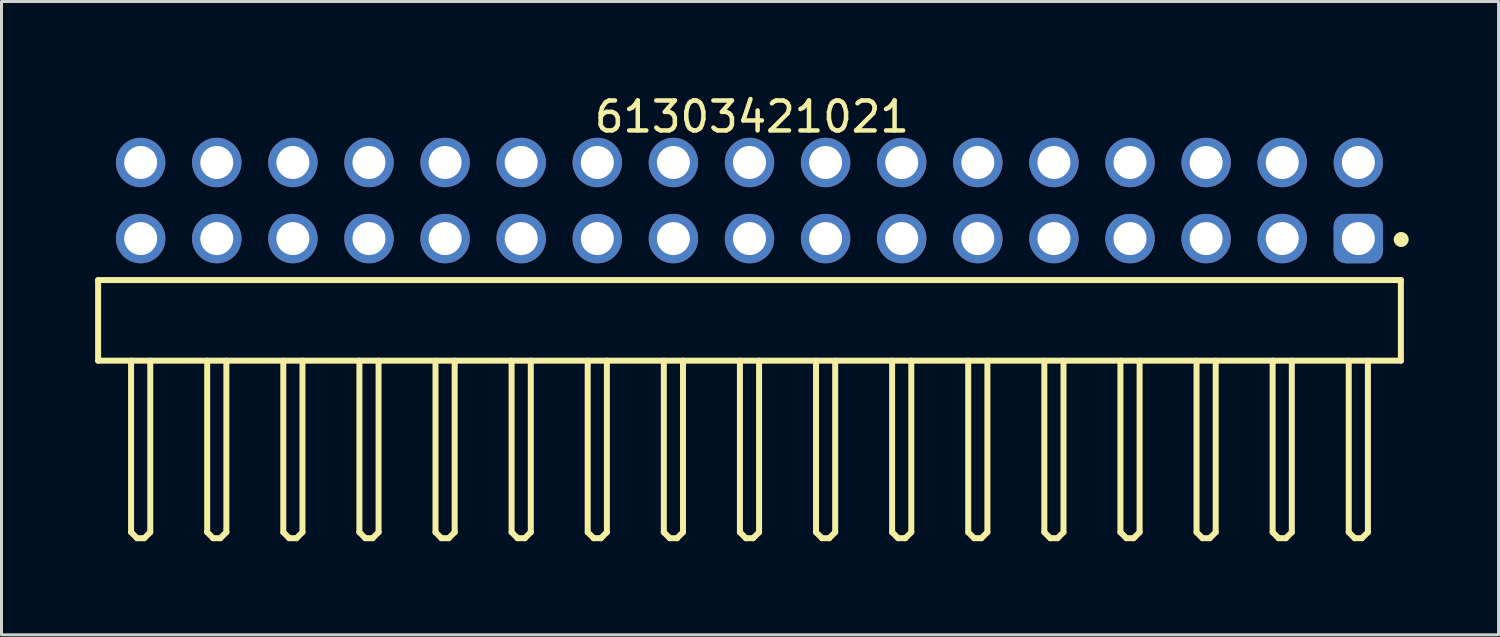
<source format=kicad_pcb>
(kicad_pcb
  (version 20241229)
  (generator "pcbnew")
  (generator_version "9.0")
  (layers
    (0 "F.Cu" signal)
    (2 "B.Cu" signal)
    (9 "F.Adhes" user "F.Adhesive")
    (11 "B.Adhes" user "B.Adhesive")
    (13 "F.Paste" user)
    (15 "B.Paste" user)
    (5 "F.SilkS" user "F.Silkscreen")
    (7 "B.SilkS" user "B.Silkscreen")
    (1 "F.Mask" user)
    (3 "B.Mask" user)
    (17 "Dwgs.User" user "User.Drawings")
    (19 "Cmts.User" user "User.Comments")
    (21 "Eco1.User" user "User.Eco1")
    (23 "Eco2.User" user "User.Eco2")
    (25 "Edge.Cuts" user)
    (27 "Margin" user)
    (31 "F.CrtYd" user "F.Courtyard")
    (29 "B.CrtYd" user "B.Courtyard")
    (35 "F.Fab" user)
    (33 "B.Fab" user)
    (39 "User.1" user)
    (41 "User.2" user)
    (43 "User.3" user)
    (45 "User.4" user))
  (footprint "61303421021"
    (layer "F.Cu")
    (at 21.965 7.643)
    (property "Reference" "61303421021" (at 0.08 -6.795 0) (layer "F.SilkS") (effects (font (size 1 1) (thickness 0.15))))
    (fp_line (start -21.74 -1.345) (end 21.74 -1.345) (stroke (width 0.2) (type solid)) (layer "F.SilkS"))
    (fp_line (start -21.74 1.345) (end -21.74 -1.345) (stroke (width 0.2) (type solid)) (layer "F.SilkS"))
    (fp_line (start -21.74 1.345) (end 21.74 1.345) (stroke (width 0.2) (type solid)) (layer "F.SilkS"))
    (fp_line (start -20.64 7.07) (end -20.64 1.345) (stroke (width 0.2) (type solid)) (layer "F.SilkS"))
    (fp_line (start -20.64 7.07) (end -20.44 7.27) (stroke (width 0.2) (type solid)) (layer "F.SilkS"))
    (fp_line (start -20.44 7.27) (end -20.2 7.27) (stroke (width 0.2) (type solid)) (layer "F.SilkS"))
    (fp_line (start -20.2 7.27) (end -20 7.07) (stroke (width 0.2) (type solid)) (layer "F.SilkS"))
    (fp_line (start -20 7.07) (end -20 1.345) (stroke (width 0.2) (type solid)) (layer "F.SilkS"))
    (fp_line (start -18.1 7.07) (end -18.1 1.345) (stroke (width 0.2) (type solid)) (layer "F.SilkS"))
    (fp_line (start -18.1 7.07) (end -17.9 7.27) (stroke (width 0.2) (type solid)) (layer "F.SilkS"))
    (fp_line (start -17.9 7.27) (end -17.66 7.27) (stroke (width 0.2) (type solid)) (layer "F.SilkS"))
    (fp_line (start -17.66 7.27) (end -17.46 7.07) (stroke (width 0.2) (type solid)) (layer "F.SilkS"))
    (fp_line (start -17.46 7.07) (end -17.46 1.345) (stroke (width 0.2) (type solid)) (layer "F.SilkS"))
    (fp_line (start -15.56 7.07) (end -15.56 1.345) (stroke (width 0.2) (type solid)) (layer "F.SilkS"))
    (fp_line (start -15.56 7.07) (end -15.36 7.27) (stroke (width 0.2) (type solid)) (layer "F.SilkS"))
    (fp_line (start -15.36 7.27) (end -15.12 7.27) (stroke (width 0.2) (type solid)) (layer "F.SilkS"))
    (fp_line (start -15.12 7.27) (end -14.92 7.07) (stroke (width 0.2) (type solid)) (layer "F.SilkS"))
    (fp_line (start -14.92 7.07) (end -14.92 1.345) (stroke (width 0.2) (type solid)) (layer "F.SilkS"))
    (fp_line (start -13.02 7.07) (end -13.02 1.345) (stroke (width 0.2) (type solid)) (layer "F.SilkS"))
    (fp_line (start -13.02 7.07) (end -12.82 7.27) (stroke (width 0.2) (type solid)) (layer "F.SilkS"))
    (fp_line (start -12.82 7.27) (end -12.58 7.27) (stroke (width 0.2) (type solid)) (layer "F.SilkS"))
    (fp_line (start -12.58 7.27) (end -12.38 7.07) (stroke (width 0.2) (type solid)) (layer "F.SilkS"))
    (fp_line (start -12.38 7.07) (end -12.38 1.345) (stroke (width 0.2) (type solid)) (layer "F.SilkS"))
    (fp_line (start -10.48 7.07) (end -10.48 1.345) (stroke (width 0.2) (type solid)) (layer "F.SilkS"))
    (fp_line (start -10.48 7.07) (end -10.28 7.27) (stroke (width 0.2) (type solid)) (layer "F.SilkS"))
    (fp_line (start -10.28 7.27) (end -10.04 7.27) (stroke (width 0.2) (type solid)) (layer "F.SilkS"))
    (fp_line (start -10.04 7.27) (end -9.84 7.07) (stroke (width 0.2) (type solid)) (layer "F.SilkS"))
    (fp_line (start -9.84 7.07) (end -9.84 1.345) (stroke (width 0.2) (type solid)) (layer "F.SilkS"))
    (fp_line (start -7.94 7.07) (end -7.94 1.345) (stroke (width 0.2) (type solid)) (layer "F.SilkS"))
    (fp_line (start -7.94 7.07) (end -7.74 7.27) (stroke (width 0.2) (type solid)) (layer "F.SilkS"))
    (fp_line (start -7.74 7.27) (end -7.5 7.27) (stroke (width 0.2) (type solid)) (layer "F.SilkS"))
    (fp_line (start -7.5 7.27) (end -7.3 7.07) (stroke (width 0.2) (type solid)) (layer "F.SilkS"))
    (fp_line (start -7.3 7.07) (end -7.3 1.345) (stroke (width 0.2) (type solid)) (layer "F.SilkS"))
    (fp_line (start -5.4 7.07) (end -5.4 1.345) (stroke (width 0.2) (type solid)) (layer "F.SilkS"))
    (fp_line (start -5.4 7.07) (end -5.2 7.27) (stroke (width 0.2) (type solid)) (layer "F.SilkS"))
    (fp_line (start -5.2 7.27) (end -4.96 7.27) (stroke (width 0.2) (type solid)) (layer "F.SilkS"))
    (fp_line (start -4.96 7.27) (end -4.76 7.07) (stroke (width 0.2) (type solid)) (layer "F.SilkS"))
    (fp_line (start -4.76 7.07) (end -4.76 1.345) (stroke (width 0.2) (type solid)) (layer "F.SilkS"))
    (fp_line (start -2.86 7.07) (end -2.86 1.345) (stroke (width 0.2) (type solid)) (layer "F.SilkS"))
    (fp_line (start -2.86 7.07) (end -2.66 7.27) (stroke (width 0.2) (type solid)) (layer "F.SilkS"))
    (fp_line (start -2.66 7.27) (end -2.42 7.27) (stroke (width 0.2) (type solid)) (layer "F.SilkS"))
    (fp_line (start -2.42 7.27) (end -2.22 7.07) (stroke (width 0.2) (type solid)) (layer "F.SilkS"))
    (fp_line (start -2.22 7.07) (end -2.22 1.345) (stroke (width 0.2) (type solid)) (layer "F.SilkS"))
    (fp_line (start -0.32 7.07) (end -0.32 1.345) (stroke (width 0.2) (type solid)) (layer "F.SilkS"))
    (fp_line (start -0.32 7.07) (end -0.12 7.27) (stroke (width 0.2) (type solid)) (layer "F.SilkS"))
    (fp_line (start -0.12 7.27) (end 0.12 7.27) (stroke (width 0.2) (type solid)) (layer "F.SilkS"))
    (fp_line (start 0.12 7.27) (end 0.32 7.07) (stroke (width 0.2) (type solid)) (layer "F.SilkS"))
    (fp_line (start 0.32 7.07) (end 0.32 1.345) (stroke (width 0.2) (type solid)) (layer "F.SilkS"))
    (fp_line (start 2.22 7.07) (end 2.22 1.345) (stroke (width 0.2) (type solid)) (layer "F.SilkS"))
    (fp_line (start 2.22 7.07) (end 2.42 7.27) (stroke (width 0.2) (type solid)) (layer "F.SilkS"))
    (fp_line (start 2.42 7.27) (end 2.66 7.27) (stroke (width 0.2) (type solid)) (layer "F.SilkS"))
    (fp_line (start 2.66 7.27) (end 2.86 7.07) (stroke (width 0.2) (type solid)) (layer "F.SilkS"))
    (fp_line (start 2.86 7.07) (end 2.86 1.345) (stroke (width 0.2) (type solid)) (layer "F.SilkS"))
    (fp_line (start 4.76 7.07) (end 4.76 1.345) (stroke (width 0.2) (type solid)) (layer "F.SilkS"))
    (fp_line (start 4.76 7.07) (end 4.96 7.27) (stroke (width 0.2) (type solid)) (layer "F.SilkS"))
    (fp_line (start 4.96 7.27) (end 5.2 7.27) (stroke (width 0.2) (type solid)) (layer "F.SilkS"))
    (fp_line (start 5.2 7.27) (end 5.4 7.07) (stroke (width 0.2) (type solid)) (layer "F.SilkS"))
    (fp_line (start 5.4 7.07) (end 5.4 1.345) (stroke (width 0.2) (type solid)) (layer "F.SilkS"))
    (fp_line (start 7.3 7.07) (end 7.3 1.345) (stroke (width 0.2) (type solid)) (layer "F.SilkS"))
    (fp_line (start 7.3 7.07) (end 7.5 7.27) (stroke (width 0.2) (type solid)) (layer "F.SilkS"))
    (fp_line (start 7.5 7.27) (end 7.74 7.27) (stroke (width 0.2) (type solid)) (layer "F.SilkS"))
    (fp_line (start 7.74 7.27) (end 7.94 7.07) (stroke (width 0.2) (type solid)) (layer "F.SilkS"))
    (fp_line (start 7.94 7.07) (end 7.94 1.345) (stroke (width 0.2) (type solid)) (layer "F.SilkS"))
    (fp_line (start 9.84 7.07) (end 9.84 1.345) (stroke (width 0.2) (type solid)) (layer "F.SilkS"))
    (fp_line (start 9.84 7.07) (end 10.04 7.27) (stroke (width 0.2) (type solid)) (layer "F.SilkS"))
    (fp_line (start 10.04 7.27) (end 10.28 7.27) (stroke (width 0.2) (type solid)) (layer "F.SilkS"))
    (fp_line (start 10.28 7.27) (end 10.48 7.07) (stroke (width 0.2) (type solid)) (layer "F.SilkS"))
    (fp_line (start 10.48 7.07) (end 10.48 1.345) (stroke (width 0.2) (type solid)) (layer "F.SilkS"))
    (fp_line (start 12.38 7.07) (end 12.38 1.345) (stroke (width 0.2) (type solid)) (layer "F.SilkS"))
    (fp_line (start 12.38 7.07) (end 12.58 7.27) (stroke (width 0.2) (type solid)) (layer "F.SilkS"))
    (fp_line (start 12.58 7.27) (end 12.82 7.27) (stroke (width 0.2) (type solid)) (layer "F.SilkS"))
    (fp_line (start 12.82 7.27) (end 13.02 7.07) (stroke (width 0.2) (type solid)) (layer "F.SilkS"))
    (fp_line (start 13.02 7.07) (end 13.02 1.345) (stroke (width 0.2) (type solid)) (layer "F.SilkS"))
    (fp_line (start 14.92 7.07) (end 14.92 1.345) (stroke (width 0.2) (type solid)) (layer "F.SilkS"))
    (fp_line (start 14.92 7.07) (end 15.12 7.27) (stroke (width 0.2) (type solid)) (layer "F.SilkS"))
    (fp_line (start 15.12 7.27) (end 15.36 7.27) (stroke (width 0.2) (type solid)) (layer "F.SilkS"))
    (fp_line (start 15.36 7.27) (end 15.56 7.07) (stroke (width 0.2) (type solid)) (layer "F.SilkS"))
    (fp_line (start 15.56 7.07) (end 15.56 1.345) (stroke (width 0.2) (type solid)) (layer "F.SilkS"))
    (fp_line (start 17.46 7.07) (end 17.46 1.345) (stroke (width 0.2) (type solid)) (layer "F.SilkS"))
    (fp_line (start 17.46 7.07) (end 17.66 7.27) (stroke (width 0.2) (type solid)) (layer "F.SilkS"))
    (fp_line (start 17.66 7.27) (end 17.9 7.27) (stroke (width 0.2) (type solid)) (layer "F.SilkS"))
    (fp_line (start 17.9 7.27) (end 18.1 7.07) (stroke (width 0.2) (type solid)) (layer "F.SilkS"))
    (fp_line (start 18.1 7.07) (end 18.1 1.345) (stroke (width 0.2) (type solid)) (layer "F.SilkS"))
    (fp_line (start 20 7.07) (end 20 1.345) (stroke (width 0.2) (type solid)) (layer "F.SilkS"))
    (fp_line (start 20 7.07) (end 20.2 7.27) (stroke (width 0.2) (type solid)) (layer "F.SilkS"))
    (fp_line (start 20.2 7.27) (end 20.44 7.27) (stroke (width 0.2) (type solid)) (layer "F.SilkS"))
    (fp_line (start 20.44 7.27) (end 20.64 7.07) (stroke (width 0.2) (type solid)) (layer "F.SilkS"))
    (fp_line (start 20.64 7.07) (end 20.64 1.345) (stroke (width 0.2) (type solid)) (layer "F.SilkS"))
    (fp_line (start 21.74 1.345) (end 21.74 -1.345) (stroke (width 0.2) (type solid)) (layer "F.SilkS"))
    (fp_circle (center 21.75 -2.7) (end 21.75 -2.825) (stroke (width 0.25) (type solid)) (fill no) (layer "F.SilkS"))
    (fp_line (start -21.94 -6.295) (end 21.94 -6.295) (stroke (width 0.05) (type solid)) (layer "Eco2.User"))
    (fp_line (start -21.94 7.47) (end -21.94 -6.295) (stroke (width 0.05) (type solid)) (layer "Eco2.User"))
    (fp_line (start -21.94 7.47) (end 21.94 7.47) (stroke (width 0.05) (type solid)) (layer "Eco2.User"))
    (fp_line (start -21.59 -1.27) (end 21.59 -1.27) (stroke (width 0.1) (type solid)) (layer "Eco2.User"))
    (fp_line (start -21.59 1.27) (end -21.59 -1.27) (stroke (width 0.1) (type solid)) (layer "Eco2.User"))
    (fp_line (start -21.59 1.27) (end 21.59 1.27) (stroke (width 0.1) (type solid)) (layer "Eco2.User"))
    (fp_line (start -20.64 -5.63) (end -20 -5.63) (stroke (width 0.1) (type solid)) (layer "Eco2.User"))
    (fp_line (start -20.64 -3.09) (end -20 -3.09) (stroke (width 0.1) (type solid)) (layer "Eco2.User"))
    (fp_line (start -20.64 -1.27) (end -20.64 -5.63) (stroke (width 0.1) (type solid)) (layer "Eco2.User"))
    (fp_line (start -20.64 7.07) (end -20.64 1.27) (stroke (width 0.1) (type solid)) (layer "Eco2.User"))
    (fp_line (start -20.64 7.07) (end -20.44 7.27) (stroke (width 0.1) (type solid)) (layer "Eco2.User"))
    (fp_line (start -20.44 7.27) (end -20.2 7.27) (stroke (width 0.1) (type solid)) (layer "Eco2.User"))
    (fp_line (start -20.2 7.27) (end -20 7.07) (stroke (width 0.1) (type solid)) (layer "Eco2.User"))
    (fp_line (start -20 -1.27) (end -20 -5.63) (stroke (width 0.1) (type solid)) (layer "Eco2.User"))
    (fp_line (start -20 7.07) (end -20 1.27) (stroke (width 0.1) (type solid)) (layer "Eco2.User"))
    (fp_line (start -18.1 -5.63) (end -17.46 -5.63) (stroke (width 0.1) (type solid)) (layer "Eco2.User"))
    (fp_line (start -18.1 -3.09) (end -17.46 -3.09) (stroke (width 0.1) (type solid)) (layer "Eco2.User"))
    (fp_line (start -18.1 -1.27) (end -18.1 -5.63) (stroke (width 0.1) (type solid)) (layer "Eco2.User"))
    (fp_line (start -18.1 7.07) (end -18.1 1.27) (stroke (width 0.1) (type solid)) (layer "Eco2.User"))
    (fp_line (start -18.1 7.07) (end -17.9 7.27) (stroke (width 0.1) (type solid)) (layer "Eco2.User"))
    (fp_line (start -17.9 7.27) (end -17.66 7.27) (stroke (width 0.1) (type solid)) (layer "Eco2.User"))
    (fp_line (start -17.66 7.27) (end -17.46 7.07) (stroke (width 0.1) (type solid)) (layer "Eco2.User"))
    (fp_line (start -17.46 -1.27) (end -17.46 -5.63) (stroke (width 0.1) (type solid)) (layer "Eco2.User"))
    (fp_line (start -17.46 7.07) (end -17.46 1.27) (stroke (width 0.1) (type solid)) (layer "Eco2.User"))
    (fp_line (start -15.56 -5.63) (end -14.92 -5.63) (stroke (width 0.1) (type solid)) (layer "Eco2.User"))
    (fp_line (start -15.56 -3.09) (end -14.92 -3.09) (stroke (width 0.1) (type solid)) (layer "Eco2.User"))
    (fp_line (start -15.56 -1.27) (end -15.56 -5.63) (stroke (width 0.1) (type solid)) (layer "Eco2.User"))
    (fp_line (start -15.56 7.07) (end -15.56 1.27) (stroke (width 0.1) (type solid)) (layer "Eco2.User"))
    (fp_line (start -15.56 7.07) (end -15.36 7.27) (stroke (width 0.1) (type solid)) (layer "Eco2.User"))
    (fp_line (start -15.36 7.27) (end -15.12 7.27) (stroke (width 0.1) (type solid)) (layer "Eco2.User"))
    (fp_line (start -15.12 7.27) (end -14.92 7.07) (stroke (width 0.1) (type solid)) (layer "Eco2.User"))
    (fp_line (start -14.92 -1.27) (end -14.92 -5.63) (stroke (width 0.1) (type solid)) (layer "Eco2.User"))
    (fp_line (start -14.92 7.07) (end -14.92 1.27) (stroke (width 0.1) (type solid)) (layer "Eco2.User"))
    (fp_line (start -13.02 -5.63) (end -12.38 -5.63) (stroke (width 0.1) (type solid)) (layer "Eco2.User"))
    (fp_line (start -13.02 -3.09) (end -12.38 -3.09) (stroke (width 0.1) (type solid)) (layer "Eco2.User"))
    (fp_line (start -13.02 -1.27) (end -13.02 -5.63) (stroke (width 0.1) (type solid)) (layer "Eco2.User"))
    (fp_line (start -13.02 7.07) (end -13.02 1.27) (stroke (width 0.1) (type solid)) (layer "Eco2.User"))
    (fp_line (start -13.02 7.07) (end -12.82 7.27) (stroke (width 0.1) (type solid)) (layer "Eco2.User"))
    (fp_line (start -12.82 7.27) (end -12.58 7.27) (stroke (width 0.1) (type solid)) (layer "Eco2.User"))
    (fp_line (start -12.58 7.27) (end -12.38 7.07) (stroke (width 0.1) (type solid)) (layer "Eco2.User"))
    (fp_line (start -12.38 -1.27) (end -12.38 -5.63) (stroke (width 0.1) (type solid)) (layer "Eco2.User"))
    (fp_line (start -12.38 7.07) (end -12.38 1.27) (stroke (width 0.1) (type solid)) (layer "Eco2.User"))
    (fp_line (start -10.48 -5.63) (end -9.84 -5.63) (stroke (width 0.1) (type solid)) (layer "Eco2.User"))
    (fp_line (start -10.48 -3.09) (end -9.84 -3.09) (stroke (width 0.1) (type solid)) (layer "Eco2.User"))
    (fp_line (start -10.48 -1.27) (end -10.48 -5.63) (stroke (width 0.1) (type solid)) (layer "Eco2.User"))
    (fp_line (start -10.48 7.07) (end -10.48 1.27) (stroke (width 0.1) (type solid)) (layer "Eco2.User"))
    (fp_line (start -10.48 7.07) (end -10.28 7.27) (stroke (width 0.1) (type solid)) (layer "Eco2.User"))
    (fp_line (start -10.28 7.27) (end -10.04 7.27) (stroke (width 0.1) (type solid)) (layer "Eco2.User"))
    (fp_line (start -10.04 7.27) (end -9.84 7.07) (stroke (width 0.1) (type solid)) (layer "Eco2.User"))
    (fp_line (start -9.84 -1.27) (end -9.84 -5.63) (stroke (width 0.1) (type solid)) (layer "Eco2.User"))
    (fp_line (start -9.84 7.07) (end -9.84 1.27) (stroke (width 0.1) (type solid)) (layer "Eco2.User"))
    (fp_line (start -7.94 -5.63) (end -7.3 -5.63) (stroke (width 0.1) (type solid)) (layer "Eco2.User"))
    (fp_line (start -7.94 -3.09) (end -7.3 -3.09) (stroke (width 0.1) (type solid)) (layer "Eco2.User"))
    (fp_line (start -7.94 -1.27) (end -7.94 -5.63) (stroke (width 0.1) (type solid)) (layer "Eco2.User"))
    (fp_line (start -7.94 7.07) (end -7.94 1.27) (stroke (width 0.1) (type solid)) (layer "Eco2.User"))
    (fp_line (start -7.94 7.07) (end -7.74 7.27) (stroke (width 0.1) (type solid)) (layer "Eco2.User"))
    (fp_line (start -7.74 7.27) (end -7.5 7.27) (stroke (width 0.1) (type solid)) (layer "Eco2.User"))
    (fp_line (start -7.5 7.27) (end -7.3 7.07) (stroke (width 0.1) (type solid)) (layer "Eco2.User"))
    (fp_line (start -7.3 -1.27) (end -7.3 -5.63) (stroke (width 0.1) (type solid)) (layer "Eco2.User"))
    (fp_line (start -7.3 7.07) (end -7.3 1.27) (stroke (width 0.1) (type solid)) (layer "Eco2.User"))
    (fp_line (start -5.4 -5.63) (end -4.76 -5.63) (stroke (width 0.1) (type solid)) (layer "Eco2.User"))
    (fp_line (start -5.4 -3.09) (end -4.76 -3.09) (stroke (width 0.1) (type solid)) (layer "Eco2.User"))
    (fp_line (start -5.4 -3.09) (end -4.76 -3.09) (stroke (width 0.1) (type solid)) (layer "Eco2.User"))
    (fp_line (start -5.4 -1.27) (end -5.4 -5.63) (stroke (width 0.1) (type solid)) (layer "Eco2.User"))
    (fp_line (start -5.4 7.07) (end -5.4 1.27) (stroke (width 0.1) (type solid)) (layer "Eco2.User"))
    (fp_line (start -5.4 7.07) (end -5.2 7.27) (stroke (width 0.1) (type solid)) (layer "Eco2.User"))
    (fp_line (start -5.2 7.27) (end -4.96 7.27) (stroke (width 0.1) (type solid)) (layer "Eco2.User"))
    (fp_line (start -4.96 7.27) (end -4.76 7.07) (stroke (width 0.1) (type solid)) (layer "Eco2.User"))
    (fp_line (start -4.76 -1.27) (end -4.76 -5.63) (stroke (width 0.1) (type solid)) (layer "Eco2.User"))
    (fp_line (start -4.76 7.07) (end -4.76 1.27) (stroke (width 0.1) (type solid)) (layer "Eco2.User"))
    (fp_line (start -2.86 -5.63) (end -2.22 -5.63) (stroke (width 0.1) (type solid)) (layer "Eco2.User"))
    (fp_line (start -2.86 -3.09) (end -2.22 -3.09) (stroke (width 0.1) (type solid)) (layer "Eco2.User"))
    (fp_line (start -2.86 -1.27) (end -2.86 -5.63) (stroke (width 0.1) (type solid)) (layer "Eco2.User"))
    (fp_line (start -2.86 7.07) (end -2.86 1.27) (stroke (width 0.1) (type solid)) (layer "Eco2.User"))
    (fp_line (start -2.86 7.07) (end -2.66 7.27) (stroke (width 0.1) (type solid)) (layer "Eco2.User"))
    (fp_line (start -2.66 7.27) (end -2.42 7.27) (stroke (width 0.1) (type solid)) (layer "Eco2.User"))
    (fp_line (start -2.42 7.27) (end -2.22 7.07) (stroke (width 0.1) (type solid)) (layer "Eco2.User"))
    (fp_line (start -2.22 -1.27) (end -2.22 -5.63) (stroke (width 0.1) (type solid)) (layer "Eco2.User"))
    (fp_line (start -2.22 7.07) (end -2.22 1.27) (stroke (width 0.1) (type solid)) (layer "Eco2.User"))
    (fp_line (start -0.5 0) (end 0.5 0) (stroke (width 0.05) (type solid)) (layer "Eco2.User"))
    (fp_line (start -0.32 -5.63) (end 0.32 -5.63) (stroke (width 0.1) (type solid)) (layer "Eco2.User"))
    (fp_line (start -0.32 -3.09) (end 0.32 -3.09) (stroke (width 0.1) (type solid)) (layer "Eco2.User"))
    (fp_line (start -0.32 -1.27) (end -0.32 -5.63) (stroke (width 0.1) (type solid)) (layer "Eco2.User"))
    (fp_line (start -0.32 7.07) (end -0.32 1.27) (stroke (width 0.1) (type solid)) (layer "Eco2.User"))
    (fp_line (start -0.32 7.07) (end -0.12 7.27) (stroke (width 0.1) (type solid)) (layer "Eco2.User"))
    (fp_line (start -0.12 7.27) (end 0.12 7.27) (stroke (width 0.1) (type solid)) (layer "Eco2.User"))
    (fp_line (start 0 0.5) (end 0 -0.5) (stroke (width 0.05) (type solid)) (layer "Eco2.User"))
    (fp_line (start 0.12 7.27) (end 0.32 7.07) (stroke (width 0.1) (type solid)) (layer "Eco2.User"))
    (fp_line (start 0.32 -1.27) (end 0.32 -5.63) (stroke (width 0.1) (type solid)) (layer "Eco2.User"))
    (fp_line (start 0.32 7.07) (end 0.32 1.27) (stroke (width 0.1) (type solid)) (layer "Eco2.User"))
    (fp_line (start 2.22 -5.63) (end 2.86 -5.63) (stroke (width 0.1) (type solid)) (layer "Eco2.User"))
    (fp_line (start 2.22 -3.09) (end 2.86 -3.09) (stroke (width 0.1) (type solid)) (layer "Eco2.User"))
    (fp_line (start 2.22 -1.27) (end 2.22 -5.63) (stroke (width 0.1) (type solid)) (layer "Eco2.User"))
    (fp_line (start 2.22 7.07) (end 2.22 1.27) (stroke (width 0.1) (type solid)) (layer "Eco2.User"))
    (fp_line (start 2.22 7.07) (end 2.42 7.27) (stroke (width 0.1) (type solid)) (layer "Eco2.User"))
    (fp_line (start 2.42 7.27) (end 2.66 7.27) (stroke (width 0.1) (type solid)) (layer "Eco2.User"))
    (fp_line (start 2.66 7.27) (end 2.86 7.07) (stroke (width 0.1) (type solid)) (layer "Eco2.User"))
    (fp_line (start 2.86 -1.27) (end 2.86 -5.63) (stroke (width 0.1) (type solid)) (layer "Eco2.User"))
    (fp_line (start 2.86 7.07) (end 2.86 1.27) (stroke (width 0.1) (type solid)) (layer "Eco2.User"))
    (fp_line (start 4.76 -5.63) (end 5.4 -5.63) (stroke (width 0.1) (type solid)) (layer "Eco2.User"))
    (fp_line (start 4.76 -3.09) (end 5.4 -3.09) (stroke (width 0.1) (type solid)) (layer "Eco2.User"))
    (fp_line (start 4.76 -1.27) (end 4.76 -5.63) (stroke (width 0.1) (type solid)) (layer "Eco2.User"))
    (fp_line (start 4.76 7.07) (end 4.76 1.27) (stroke (width 0.1) (type solid)) (layer "Eco2.User"))
    (fp_line (start 4.76 7.07) (end 4.96 7.27) (stroke (width 0.1) (type solid)) (layer "Eco2.User"))
    (fp_line (start 4.96 7.27) (end 5.2 7.27) (stroke (width 0.1) (type solid)) (layer "Eco2.User"))
    (fp_line (start 5.2 7.27) (end 5.4 7.07) (stroke (width 0.1) (type solid)) (layer "Eco2.User"))
    (fp_line (start 5.4 -1.27) (end 5.4 -5.63) (stroke (width 0.1) (type solid)) (layer "Eco2.User"))
    (fp_line (start 5.4 7.07) (end 5.4 1.27) (stroke (width 0.1) (type solid)) (layer "Eco2.User"))
    (fp_line (start 7.3 -5.63) (end 7.94 -5.63) (stroke (width 0.1) (type solid)) (layer "Eco2.User"))
    (fp_line (start 7.3 -3.09) (end 7.94 -3.09) (stroke (width 0.1) (type solid)) (layer "Eco2.User"))
    (fp_line (start 7.3 -1.27) (end 7.3 -5.63) (stroke (width 0.1) (type solid)) (layer "Eco2.User"))
    (fp_line (start 7.3 7.07) (end 7.3 1.27) (stroke (width 0.1) (type solid)) (layer "Eco2.User"))
    (fp_line (start 7.3 7.07) (end 7.5 7.27) (stroke (width 0.1) (type solid)) (layer "Eco2.User"))
    (fp_line (start 7.5 7.27) (end 7.74 7.27) (stroke (width 0.1) (type solid)) (layer "Eco2.User"))
    (fp_line (start 7.74 7.27) (end 7.94 7.07) (stroke (width 0.1) (type solid)) (layer "Eco2.User"))
    (fp_line (start 7.94 -1.27) (end 7.94 -5.63) (stroke (width 0.1) (type solid)) (layer "Eco2.User"))
    (fp_line (start 7.94 7.07) (end 7.94 1.27) (stroke (width 0.1) (type solid)) (layer "Eco2.User"))
    (fp_line (start 9.84 -5.63) (end 10.48 -5.63) (stroke (width 0.1) (type solid)) (layer "Eco2.User"))
    (fp_line (start 9.84 -3.09) (end 10.48 -3.09) (stroke (width 0.1) (type solid)) (layer "Eco2.User"))
    (fp_line (start 9.84 -1.27) (end 9.84 -5.63) (stroke (width 0.1) (type solid)) (layer "Eco2.User"))
    (fp_line (start 9.84 7.07) (end 9.84 1.27) (stroke (width 0.1) (type solid)) (layer "Eco2.User"))
    (fp_line (start 9.84 7.07) (end 10.04 7.27) (stroke (width 0.1) (type solid)) (layer "Eco2.User"))
    (fp_line (start 10.04 7.27) (end 10.28 7.27) (stroke (width 0.1) (type solid)) (layer "Eco2.User"))
    (fp_line (start 10.28 7.27) (end 10.48 7.07) (stroke (width 0.1) (type solid)) (layer "Eco2.User"))
    (fp_line (start 10.48 -1.27) (end 10.48 -5.63) (stroke (width 0.1) (type solid)) (layer "Eco2.User"))
    (fp_line (start 10.48 7.07) (end 10.48 1.27) (stroke (width 0.1) (type solid)) (layer "Eco2.User"))
    (fp_line (start 12.38 -5.63) (end 13.02 -5.63) (stroke (width 0.1) (type solid)) (layer "Eco2.User"))
    (fp_line (start 12.38 -3.09) (end 13.02 -3.09) (stroke (width 0.1) (type solid)) (layer "Eco2.User"))
    (fp_line (start 12.38 -1.27) (end 12.38 -5.63) (stroke (width 0.1) (type solid)) (layer "Eco2.User"))
    (fp_line (start 12.38 7.07) (end 12.38 1.27) (stroke (width 0.1) (type solid)) (layer "Eco2.User"))
    (fp_line (start 12.38 7.07) (end 12.58 7.27) (stroke (width 0.1) (type solid)) (layer "Eco2.User"))
    (fp_line (start 12.58 7.27) (end 12.82 7.27) (stroke (width 0.1) (type solid)) (layer "Eco2.User"))
    (fp_line (start 12.82 7.27) (end 13.02 7.07) (stroke (width 0.1) (type solid)) (layer "Eco2.User"))
    (fp_line (start 13.02 -1.27) (end 13.02 -5.63) (stroke (width 0.1) (type solid)) (layer "Eco2.User"))
    (fp_line (start 13.02 7.07) (end 13.02 1.27) (stroke (width 0.1) (type solid)) (layer "Eco2.User"))
    (fp_line (start 14.92 -5.63) (end 15.56 -5.63) (stroke (width 0.1) (type solid)) (layer "Eco2.User"))
    (fp_line (start 14.92 -3.09) (end 15.56 -3.09) (stroke (width 0.1) (type solid)) (layer "Eco2.User"))
    (fp_line (start 14.92 -1.27) (end 14.92 -5.63) (stroke (width 0.1) (type solid)) (layer "Eco2.User"))
    (fp_line (start 14.92 7.07) (end 14.92 1.27) (stroke (width 0.1) (type solid)) (layer "Eco2.User"))
    (fp_line (start 14.92 7.07) (end 15.12 7.27) (stroke (width 0.1) (type solid)) (layer "Eco2.User"))
    (fp_line (start 15.12 7.27) (end 15.36 7.27) (stroke (width 0.1) (type solid)) (layer "Eco2.User"))
    (fp_line (start 15.36 7.27) (end 15.56 7.07) (stroke (width 0.1) (type solid)) (layer "Eco2.User"))
    (fp_line (start 15.56 -1.27) (end 15.56 -5.63) (stroke (width 0.1) (type solid)) (layer "Eco2.User"))
    (fp_line (start 15.56 7.07) (end 15.56 1.27) (stroke (width 0.1) (type solid)) (layer "Eco2.User"))
    (fp_line (start 17.46 -5.63) (end 18.1 -5.63) (stroke (width 0.1) (type solid)) (layer "Eco2.User"))
    (fp_line (start 17.46 -3.09) (end 18.1 -3.09) (stroke (width 0.1) (type solid)) (layer "Eco2.User"))
    (fp_line (start 17.46 -1.27) (end 17.46 -5.63) (stroke (width 0.1) (type solid)) (layer "Eco2.User"))
    (fp_line (start 17.46 7.07) (end 17.46 1.27) (stroke (width 0.1) (type solid)) (layer "Eco2.User"))
    (fp_line (start 17.46 7.07) (end 17.66 7.27) (stroke (width 0.1) (type solid)) (layer "Eco2.User"))
    (fp_line (start 17.66 7.27) (end 17.9 7.27) (stroke (width 0.1) (type solid)) (layer "Eco2.User"))
    (fp_line (start 17.9 7.27) (end 18.1 7.07) (stroke (width 0.1) (type solid)) (layer "Eco2.User"))
    (fp_line (start 18.1 -1.27) (end 18.1 -5.63) (stroke (width 0.1) (type solid)) (layer "Eco2.User"))
    (fp_line (start 18.1 7.07) (end 18.1 1.27) (stroke (width 0.1) (type solid)) (layer "Eco2.User"))
    (fp_line (start 20 -5.63) (end 20.64 -5.63) (stroke (width 0.1) (type solid)) (layer "Eco2.User"))
    (fp_line (start 20 -3.09) (end 20.64 -3.09) (stroke (width 0.1) (type solid)) (layer "Eco2.User"))
    (fp_line (start 20 -1.27) (end 20 -5.63) (stroke (width 0.1) (type solid)) (layer "Eco2.User"))
    (fp_line (start 20 7.07) (end 20 1.27) (stroke (width 0.1) (type solid)) (layer "Eco2.User"))
    (fp_line (start 20 7.07) (end 20.2 7.27) (stroke (width 0.1) (type solid)) (layer "Eco2.User"))
    (fp_line (start 20.2 7.27) (end 20.44 7.27) (stroke (width 0.1) (type solid)) (layer "Eco2.User"))
    (fp_line (start 20.44 7.27) (end 20.64 7.07) (stroke (width 0.1) (type solid)) (layer "Eco2.User"))
    (fp_line (start 20.64 -1.27) (end 20.64 -5.63) (stroke (width 0.1) (type solid)) (layer "Eco2.User"))
    (fp_line (start 20.64 7.07) (end 20.64 1.27) (stroke (width 0.1) (type solid)) (layer "Eco2.User"))
    (fp_line (start 21.59 1.27) (end 21.59 -1.27) (stroke (width 0.1) (type solid)) (layer "Eco2.User"))
    (fp_line (start 21.94 7.47) (end 21.94 -6.295) (stroke (width 0.05) (type solid)) (layer "Eco2.User"))
    (fp_text user "${REFERENCE}" (at 0.15 -0.197 0) (unlocked yes) (layer "User.3") (effects (font (size 1.5 1.5) (thickness 0.15))))
    (pad "1" thru_hole roundrect (at 20.32 -2.73) (size 1.65 1.65) (drill 1.1) (layers "*.Cu" "*.Mask") (roundrect_rratio 0.25))
    (pad "2" thru_hole circle (at 20.32 -5.27) (size 1.65 1.65) (drill 1.1) (layers "*.Cu" "*.Mask"))
    (pad "3" thru_hole circle (at 17.78 -2.73) (size 1.65 1.65) (drill 1.1) (layers "*.Cu" "*.Mask"))
    (pad "4" thru_hole circle (at 17.78 -5.27) (size 1.65 1.65) (drill 1.1) (layers "*.Cu" "*.Mask"))
    (pad "5" thru_hole circle (at 15.24 -2.73) (size 1.65 1.65) (drill 1.1) (layers "*.Cu" "*.Mask"))
    (pad "6" thru_hole circle (at 15.24 -5.27) (size 1.65 1.65) (drill 1.1) (layers "*.Cu" "*.Mask"))
    (pad "7" thru_hole circle (at 12.7 -2.73) (size 1.65 1.65) (drill 1.1) (layers "*.Cu" "*.Mask"))
    (pad "8" thru_hole circle (at 12.7 -5.27) (size 1.65 1.65) (drill 1.1) (layers "*.Cu" "*.Mask"))
    (pad "9" thru_hole circle (at 10.16 -2.73) (size 1.65 1.65) (drill 1.1) (layers "*.Cu" "*.Mask"))
    (pad "10" thru_hole circle (at 10.16 -5.27) (size 1.65 1.65) (drill 1.1) (layers "*.Cu" "*.Mask"))
    (pad "11" thru_hole circle (at 7.62 -2.73) (size 1.65 1.65) (drill 1.1) (layers "*.Cu" "*.Mask"))
    (pad "12" thru_hole circle (at 7.62 -5.27) (size 1.65 1.65) (drill 1.1) (layers "*.Cu" "*.Mask"))
    (pad "13" thru_hole circle (at 5.08 -2.73) (size 1.65 1.65) (drill 1.1) (layers "*.Cu" "*.Mask"))
    (pad "14" thru_hole circle (at 5.08 -5.27) (size 1.65 1.65) (drill 1.1) (layers "*.Cu" "*.Mask"))
    (pad "15" thru_hole circle (at 2.54 -2.73) (size 1.65 1.65) (drill 1.1) (layers "*.Cu" "*.Mask"))
    (pad "16" thru_hole circle (at 2.54 -5.27) (size 1.65 1.65) (drill 1.1) (layers "*.Cu" "*.Mask"))
    (pad "17" thru_hole circle (at 0 -2.73) (size 1.65 1.65) (drill 1.1) (layers "*.Cu" "*.Mask"))
    (pad "18" thru_hole circle (at 0 -5.27) (size 1.65 1.65) (drill 1.1) (layers "*.Cu" "*.Mask"))
    (pad "19" thru_hole circle (at -2.54 -2.73) (size 1.65 1.65) (drill 1.1) (layers "*.Cu" "*.Mask"))
    (pad "20" thru_hole circle (at -2.54 -5.27) (size 1.65 1.65) (drill 1.1) (layers "*.Cu" "*.Mask"))
    (pad "21" thru_hole circle (at -5.08 -2.73) (size 1.65 1.65) (drill 1.1) (layers "*.Cu" "*.Mask"))
    (pad "22" thru_hole circle (at -5.08 -5.27) (size 1.65 1.65) (drill 1.1) (layers "*.Cu" "*.Mask"))
    (pad "23" thru_hole circle (at -7.62 -2.73) (size 1.65 1.65) (drill 1.1) (layers "*.Cu" "*.Mask"))
    (pad "24" thru_hole circle (at -7.62 -5.27) (size 1.65 1.65) (drill 1.1) (layers "*.Cu" "*.Mask"))
    (pad "25" thru_hole circle (at -10.16 -2.73) (size 1.65 1.65) (drill 1.1) (layers "*.Cu" "*.Mask"))
    (pad "26" thru_hole circle (at -10.16 -5.27) (size 1.65 1.65) (drill 1.1) (layers "*.Cu" "*.Mask"))
    (pad "27" thru_hole circle (at -12.7 -2.73) (size 1.65 1.65) (drill 1.1) (layers "*.Cu" "*.Mask"))
    (pad "28" thru_hole circle (at -12.7 -5.27) (size 1.65 1.65) (drill 1.1) (layers "*.Cu" "*.Mask"))
    (pad "29" thru_hole circle (at -15.24 -2.73) (size 1.65 1.65) (drill 1.1) (layers "*.Cu" "*.Mask"))
    (pad "30" thru_hole circle (at -15.24 -5.27) (size 1.65 1.65) (drill 1.1) (layers "*.Cu" "*.Mask"))
    (pad "31" thru_hole circle (at -17.78 -2.73) (size 1.65 1.65) (drill 1.1) (layers "*.Cu" "*.Mask"))
    (pad "32" thru_hole circle (at -17.78 -5.27) (size 1.65 1.65) (drill 1.1) (layers "*.Cu" "*.Mask"))
    (pad "33" thru_hole circle (at -20.32 -2.73) (size 1.65 1.65) (drill 1.1) (layers "*.Cu" "*.Mask"))
    (pad "34" thru_hole circle (at -20.32 -5.27) (size 1.65 1.65) (drill 1.1) (layers "*.Cu" "*.Mask")))
  (gr_rect
    (start -3 -3)
    (end 46.965 18.138)
    (stroke (width 0.1) (type default))
    (fill no)
    (layer "Edge.Cuts")))
</source>
